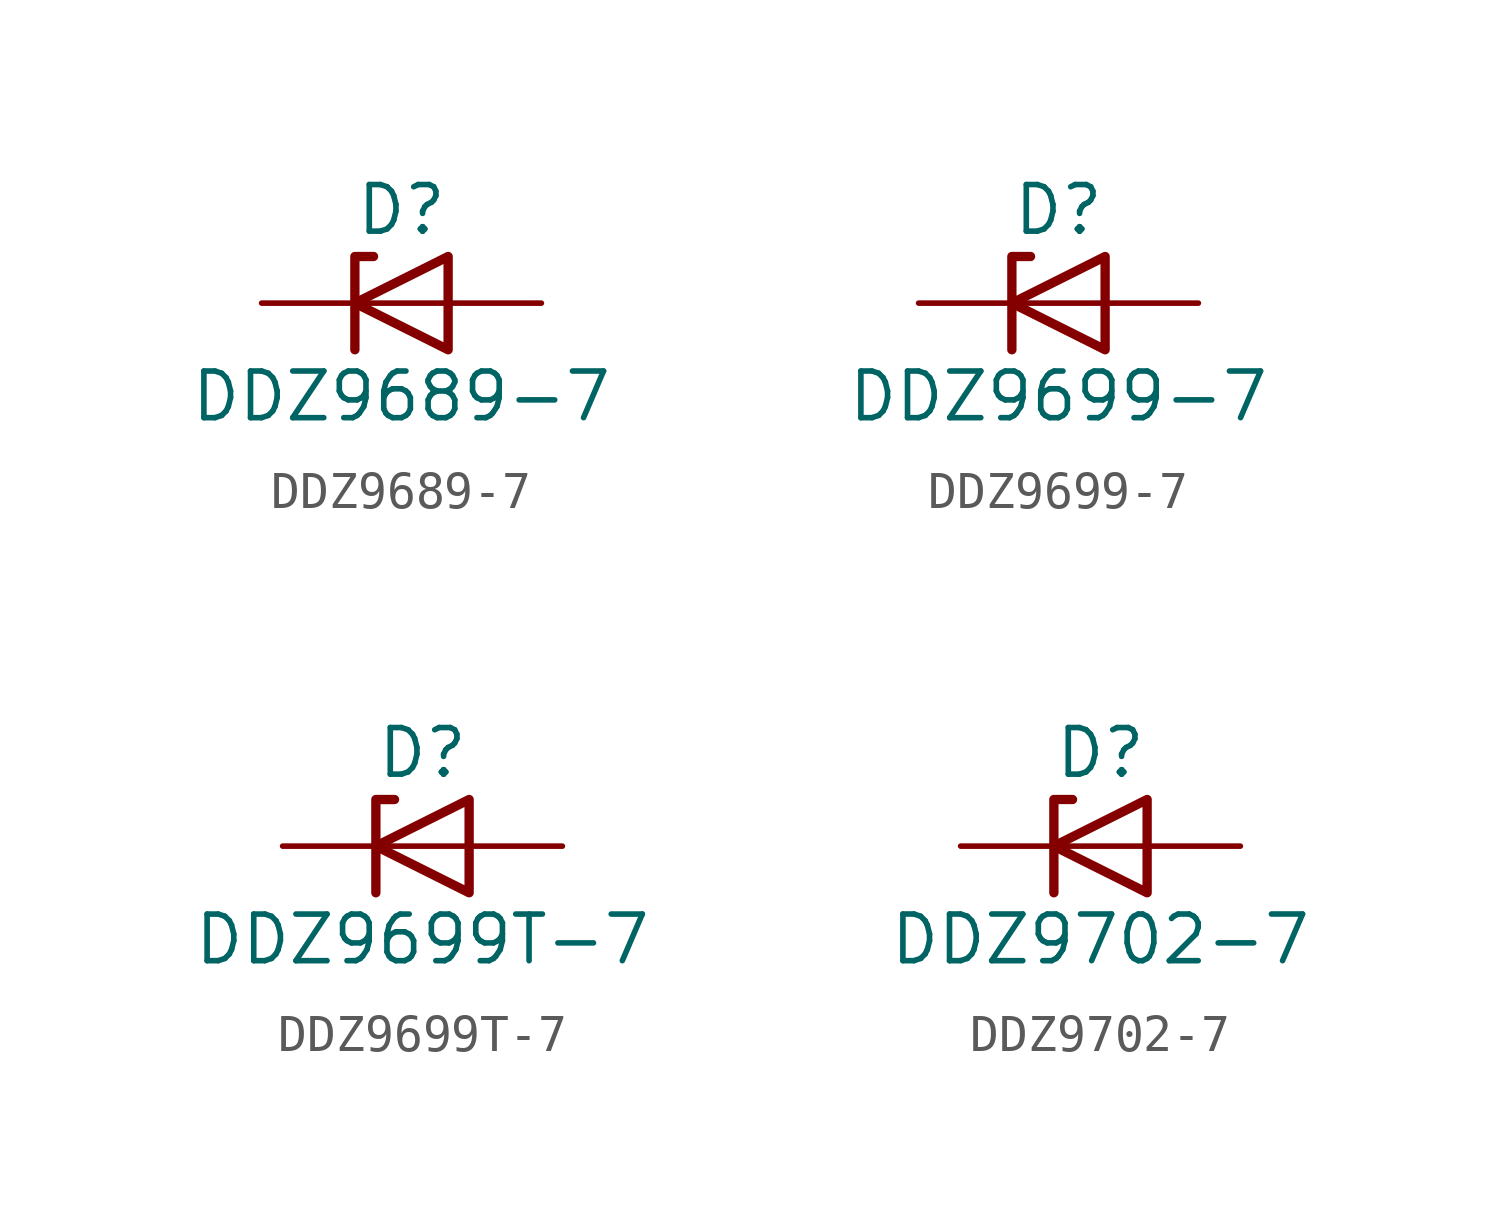
<source format=kicad_sym>
(kicad_symbol_lib
  (version 20220914)
  (generator kicad_symbol_editor)
  (symbol "DDZ9689-7"
    (pin_numbers hide)
    (pin_names
      (offset 1.016) hide)
    (property "Reference" "D"
      (at 0 2.54 0)
      (effects (font (size 1.27 1.27))))
    (property "Value" "DDZ9689-7"
      (at 0 -2.54 0)
      (effects (font (size 1.27 1.27))))
    (symbol "DDZ9689-7_0_1"
      (polyline (pts (xy 1.27 0) (xy -1.27 0)) (stroke (width 0) (type default)) (fill (type none)))
      (polyline (pts (xy -1.27 -1.27) (xy -1.27 1.27) (xy -0.762 1.27)) (stroke (width 0.254) (type default)) (fill (type none)))
      (polyline (pts (xy 1.27 -1.27) (xy 1.27 1.27) (xy -1.27 0) (xy 1.27 -1.27)) (stroke (width 0.254) (type default)) (fill (type none))))
    (symbol "DDZ9689-7_1_1"
      (pin passive line (at -3.81 0 0) (length 2.54) (name "K" (effects (font (size 1.27 1.27)))) (number "1" (effects (font (size 1.27 1.27)))))
      (pin passive line (at 3.81 0 180) (length 2.54) (name "A" (effects (font (size 1.27 1.27)))) (number "2" (effects (font (size 1.27 1.27)))))))
  (symbol "DDZ9699-7"
    (pin_numbers hide)
    (pin_names
      (offset 1.016) hide)
    (property "Reference" "D"
      (at 0 2.54 0)
      (effects (font (size 1.27 1.27))))
    (property "Value" "DDZ9699-7"
      (at 0 -2.54 0)
      (effects (font (size 1.27 1.27))))
    (symbol "DDZ9699-7_0_1"
      (polyline (pts (xy 1.27 0) (xy -1.27 0)) (stroke (width 0) (type default)) (fill (type none)))
      (polyline (pts (xy -1.27 -1.27) (xy -1.27 1.27) (xy -0.762 1.27)) (stroke (width 0.254) (type default)) (fill (type none)))
      (polyline (pts (xy 1.27 -1.27) (xy 1.27 1.27) (xy -1.27 0) (xy 1.27 -1.27)) (stroke (width 0.254) (type default)) (fill (type none))))
    (symbol "DDZ9699-7_1_1"
      (pin passive line (at -3.81 0 0) (length 2.54) (name "K" (effects (font (size 1.27 1.27)))) (number "1" (effects (font (size 1.27 1.27)))))
      (pin passive line (at 3.81 0 180) (length 2.54) (name "A" (effects (font (size 1.27 1.27)))) (number "2" (effects (font (size 1.27 1.27)))))))
  (symbol "DDZ9699T-7"
    (pin_numbers hide)
    (pin_names
      (offset 1.016) hide)
    (property "Reference" "D"
      (at 0 2.54 0)
      (effects (font (size 1.27 1.27))))
    (property "Value" "DDZ9699T-7"
      (at 0 -2.54 0)
      (effects (font (size 1.27 1.27))))
    (symbol "DDZ9699T-7_0_1"
      (polyline (pts (xy 1.27 0) (xy -1.27 0)) (stroke (width 0) (type default)) (fill (type none)))
      (polyline (pts (xy -1.27 -1.27) (xy -1.27 1.27) (xy -0.762 1.27)) (stroke (width 0.254) (type default)) (fill (type none)))
      (polyline (pts (xy 1.27 -1.27) (xy 1.27 1.27) (xy -1.27 0) (xy 1.27 -1.27)) (stroke (width 0.254) (type default)) (fill (type none))))
    (symbol "DDZ9699T-7_1_1"
      (pin passive line (at -3.81 0 0) (length 2.54) (name "K" (effects (font (size 1.27 1.27)))) (number "1" (effects (font (size 1.27 1.27)))))
      (pin passive line (at 3.81 0 180) (length 2.54) (name "A" (effects (font (size 1.27 1.27)))) (number "2" (effects (font (size 1.27 1.27)))))))
  (symbol "DDZ9702-7"
    (pin_numbers hide)
    (pin_names
      (offset 1.016) hide)
    (property "Reference" "D"
      (at 0 2.54 0)
      (effects (font (size 1.27 1.27))))
    (property "Value" "DDZ9702-7"
      (at 0 -2.54 0)
      (effects (font (size 1.27 1.27))))
    (symbol "DDZ9702-7_0_1"
      (polyline (pts (xy 1.27 0) (xy -1.27 0)) (stroke (width 0) (type default)) (fill (type none)))
      (polyline (pts (xy -1.27 -1.27) (xy -1.27 1.27) (xy -0.762 1.27)) (stroke (width 0.254) (type default)) (fill (type none)))
      (polyline (pts (xy 1.27 -1.27) (xy 1.27 1.27) (xy -1.27 0) (xy 1.27 -1.27)) (stroke (width 0.254) (type default)) (fill (type none))))
    (symbol "DDZ9702-7_1_1"
      (pin passive line (at -3.81 0 0) (length 2.54) (name "K" (effects (font (size 1.27 1.27)))) (number "1" (effects (font (size 1.27 1.27)))))
      (pin passive line (at 3.81 0 180) (length 2.54) (name "A" (effects (font (size 1.27 1.27)))) (number "2" (effects (font (size 1.27 1.27))))))))
</source>
